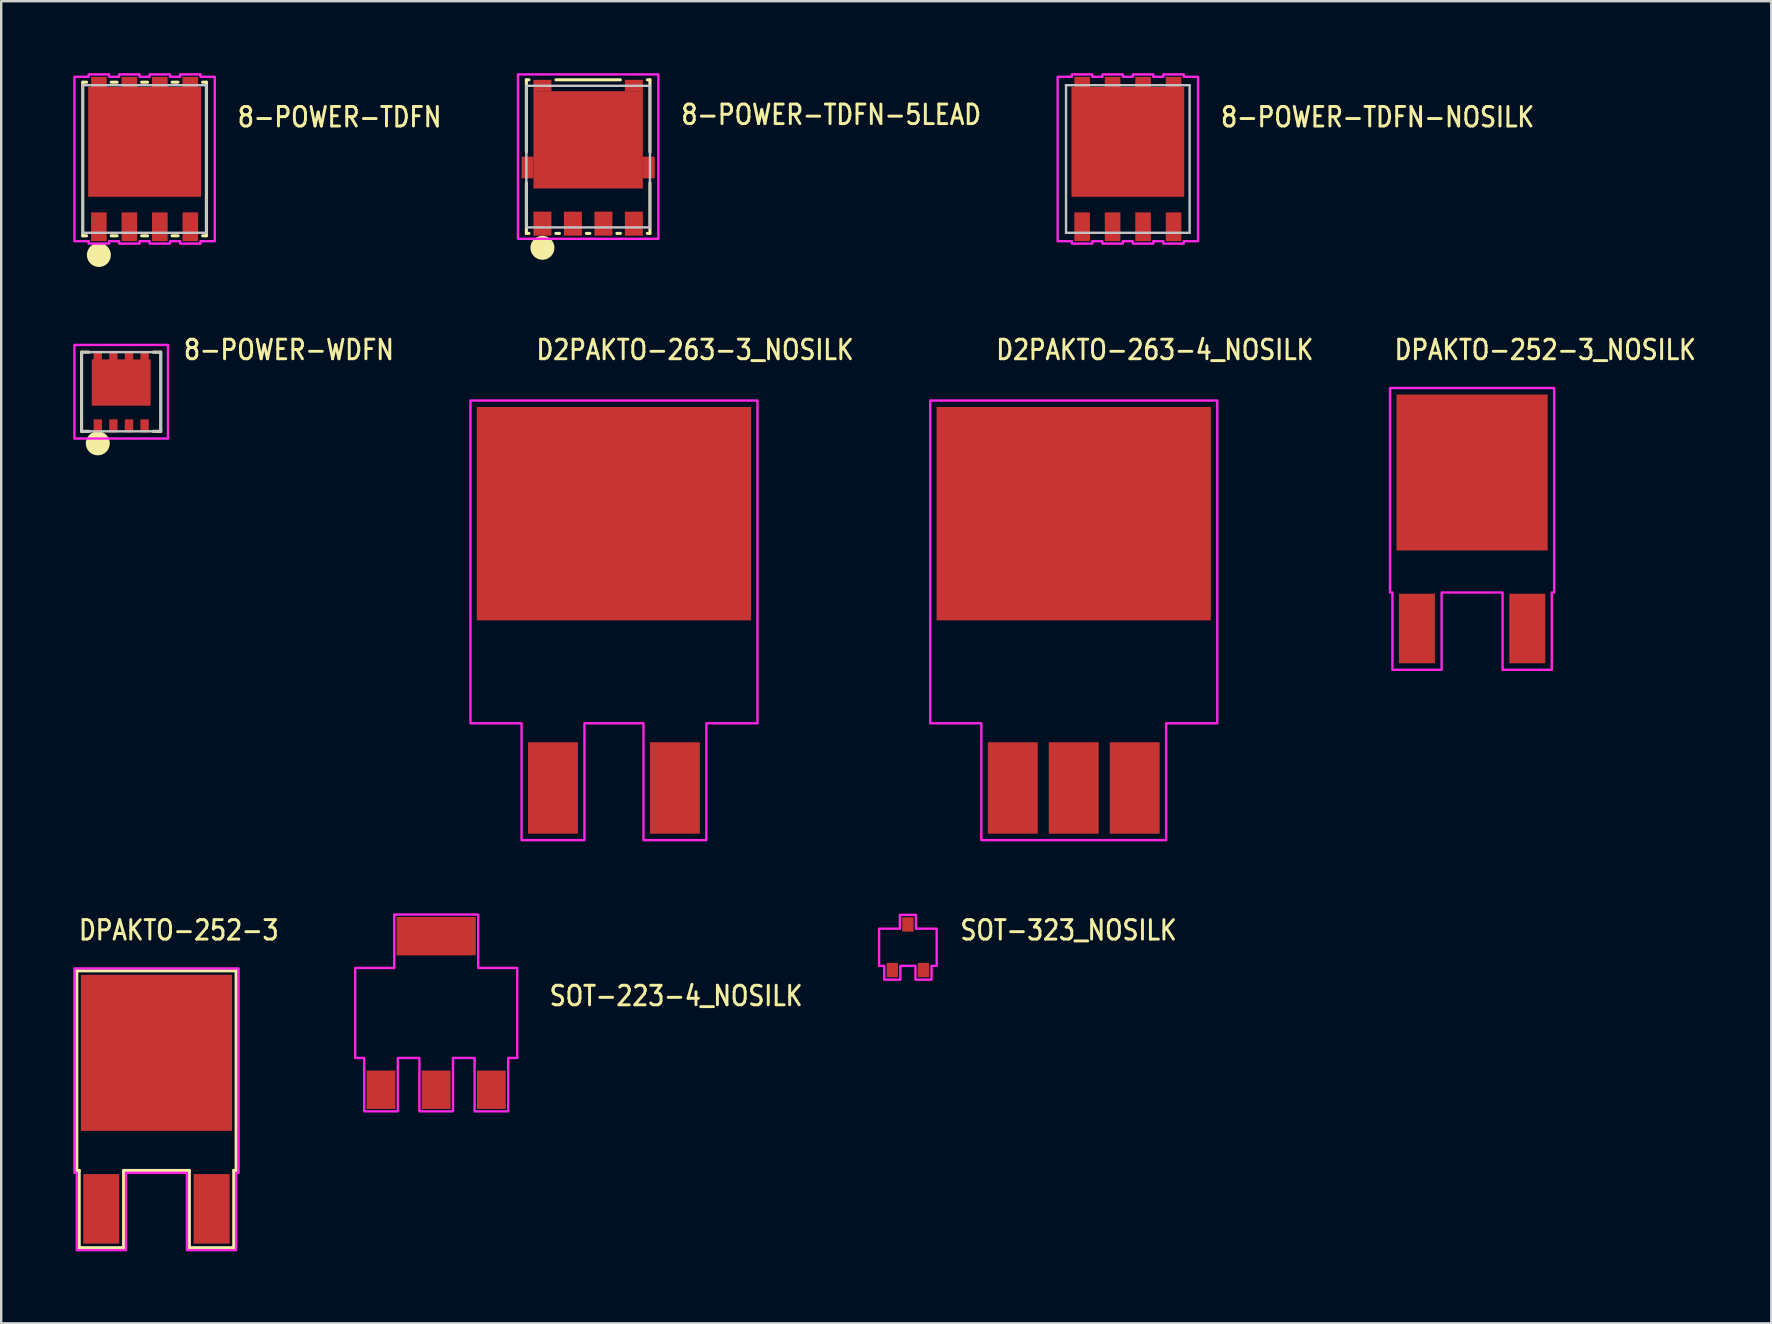
<source format=kicad_pcb>
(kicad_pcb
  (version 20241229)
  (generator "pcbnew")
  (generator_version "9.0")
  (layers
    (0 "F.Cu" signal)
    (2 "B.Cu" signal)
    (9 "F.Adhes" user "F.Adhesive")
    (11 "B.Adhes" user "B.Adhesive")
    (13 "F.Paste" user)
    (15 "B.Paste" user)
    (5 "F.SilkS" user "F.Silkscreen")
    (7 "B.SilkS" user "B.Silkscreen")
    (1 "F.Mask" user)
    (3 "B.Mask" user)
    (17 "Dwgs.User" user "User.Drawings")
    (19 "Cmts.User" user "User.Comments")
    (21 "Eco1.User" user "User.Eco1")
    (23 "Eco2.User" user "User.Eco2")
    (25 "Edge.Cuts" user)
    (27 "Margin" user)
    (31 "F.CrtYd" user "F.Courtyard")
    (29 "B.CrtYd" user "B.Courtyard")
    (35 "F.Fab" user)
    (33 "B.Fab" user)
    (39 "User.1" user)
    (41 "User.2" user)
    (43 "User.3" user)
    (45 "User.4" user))
  (footprint "SOT-323_NOSILK"
    (layer "F.Cu")
    (at 34.781 36.422)
    (property "Reference" "SOT-323_NOSILK" (at 2.115 -0.235 0) (unlocked yes) (layer "F.SilkS") (effects (font (size 0.813 0.695) (thickness 0.122)) (justify left bottom)))
    (fp_poly (pts (xy -0.335 -0.775) (xy -0.335 -1.35) (xy 0.335 -1.35) (xy 0.335 -0.775) (xy 1.2 -0.775) (xy 1.2 0.775) (xy 0.985 0.775) (xy 0.985 1.35) (xy 0.315 1.35) (xy 0.315 0.775) (xy -0.315 0.775) (xy -0.315 1.35) (xy -0.985 1.35) (xy -0.985 0.775) (xy -1.2 0.775) (xy -1.2 -0.775)) (stroke (width 0.1) (type solid)) (fill no) (layer "F.CrtYd"))
    (pad "P$1" smd rect (at -0.65 0.95) (size 0.47 0.6) (layers "F.Cu" "F.Mask" "F.Paste"))
    (pad "P$2" smd rect (at 0.65 0.95) (size 0.47 0.6) (layers "F.Cu" "F.Mask" "F.Paste"))
    (pad "P$3" smd rect (at 0 -0.95) (size 0.47 0.6) (layers "F.Cu" "F.Mask" "F.Paste")))
  (footprint "SOT-223-4_NOSILK"
    (layer "F.Cu")
    (at 15.126 39.159)
    (property "Reference" "SOT-223-4_NOSILK" (at 4.655 -0.235 0) (unlocked yes) (layer "F.SilkS") (effects (font (size 0.813 0.695) (thickness 0.122)) (justify left bottom)))
    (fp_poly (pts (xy -1.75 -1.875) (xy -1.75 -4.1) (xy 1.75 -4.1) (xy 1.75 -1.875) (xy 3.375 -1.875) (xy 3.375 1.875) (xy 3 1.875) (xy 3 4.1) (xy 1.6 4.1) (xy 1.6 1.875) (xy 0.7 1.875) (xy 0.7 4.1) (xy -0.7 4.1) (xy -0.7 1.875) (xy -1.6 1.875) (xy -1.6 4.1) (xy -3 4.1) (xy -3 1.875) (xy -3.375 1.875) (xy -3.375 -1.875)) (stroke (width 0.1) (type solid)) (fill no) (layer "F.CrtYd"))
    (pad "P$1" smd rect (at -2.3 3.2) (size 1.2 1.6) (layers "F.Cu" "F.Mask" "F.Paste"))
    (pad "P$2" smd rect (at 0 3.2) (size 1.2 1.6) (layers "F.Cu" "F.Mask" "F.Paste"))
    (pad "P$3" smd rect (at 2.3 3.2) (size 1.2 1.6) (layers "F.Cu" "F.Mask" "F.Paste"))
    (pad "P$4" smd rect (at 0 -3.2) (size 3.3 1.6) (layers "F.Cu" "F.Mask" "F.Paste")))
  (footprint "8-POWER-TDFN-NOSILK"
    (layer "F.Cu")
    (at 43.946 3.575)
    (property "Reference" "8-POWER-TDFN-NOSILK" (at 3.81 -1.27 0) (unlocked yes) (layer "F.SilkS") (effects (font (size 0.813 0.695) (thickness 0.122)) (justify left bottom)))
    (fp_rect (start -1.47 -0.4) (end -0.2 -1.67) (stroke (width 0.01) (type solid)) (fill yes) (layer "F.Paste"))
    (fp_rect (start -1.47 1.27) (end -0.2 0) (stroke (width 0.01) (type solid)) (fill yes) (layer "F.Paste"))
    (fp_rect (start 0.2 -0.4) (end 1.47 -1.67) (stroke (width 0.01) (type solid)) (fill yes) (layer "F.Paste"))
    (fp_rect (start 0.2 1.27) (end 1.47 0) (stroke (width 0.01) (type solid)) (fill yes) (layer "F.Paste"))
    (fp_line (start -2.575 -3.075) (end 2.575 -3.075) (stroke (width 0.1) (type solid)) (layer "Dwgs.User"))
    (fp_line (start -2.575 3.075) (end -2.575 -3.075) (stroke (width 0.1) (type solid)) (layer "Dwgs.User"))
    (fp_line (start 2.575 -3.075) (end 2.575 3.075) (stroke (width 0.1) (type solid)) (layer "Dwgs.User"))
    (fp_line (start 2.575 3.075) (end -2.575 3.075) (stroke (width 0.1) (type solid)) (layer "Dwgs.User"))
    (fp_poly (pts (xy -2.925 -3.425) (xy -2.33 -3.425) (xy -2.33 -3.525) (xy -1.48 -3.525) (xy -1.48 -3.425) (xy -1.06 -3.425) (xy -1.06 -3.525) (xy -0.21 -3.525) (xy -0.21 -3.425) (xy 0.21 -3.425) (xy 0.21 -3.525) (xy 1.06 -3.525) (xy 1.06 -3.425) (xy 1.48 -3.425) (xy 1.48 -3.525) (xy 2.33 -3.525) (xy 2.33 -3.425) (xy 2.925 -3.425) (xy 2.925 3.425) (xy 2.33 3.425) (xy 2.33 3.525) (xy 1.48 3.525) (xy 1.48 3.425) (xy 1.06 3.425) (xy 1.06 3.525) (xy 0.21 3.525) (xy 0.21 3.425) (xy -0.21 3.425) (xy -0.21 3.525) (xy -1.06 3.525) (xy -1.06 3.425) (xy -1.48 3.425) (xy -1.48 3.525) (xy -2.33 3.525) (xy -2.33 3.425) (xy -2.925 3.425)) (stroke (width 0.1) (type solid)) (fill no) (layer "F.CrtYd"))
    (pad "P$1" smd rect (at -1.905 2.825) (size 0.65 1.2) (layers "F.Cu" "F.Mask" "F.Paste"))
    (pad "P$2" smd rect (at -0.635 2.825) (size 0.65 1.2) (layers "F.Cu" "F.Mask" "F.Paste"))
    (pad "P$3" smd rect (at 0.635 2.825) (size 0.65 1.2) (layers "F.Cu" "F.Mask" "F.Paste"))
    (pad "P$4" smd rect (at 1.905 2.825) (size 0.65 1.2) (layers "F.Cu" "F.Mask" "F.Paste"))
    (pad "P$5" smd rect (at 1.905 -2.825) (size 0.65 1.2) (layers "F.Cu" "F.Mask" "F.Paste"))
    (pad "P$6" smd rect (at 0.635 -2.825) (size 0.65 1.2) (layers "F.Cu" "F.Mask" "F.Paste"))
    (pad "P$7" smd rect (at -0.635 -2.825) (size 0.65 1.2) (layers "F.Cu" "F.Mask" "F.Paste"))
    (pad "P$8" smd rect (at -1.905 -2.825) (size 0.65 1.2) (layers "F.Cu" "F.Mask" "F.Paste"))
    (pad "TAB" smd rect (at 0 -0.713) (size 4.7 4.575) (layers "F.Cu" "F.Mask")))
  (footprint "DPAKTO-252-3_NOSILK"
    (layer "F.Cu")
    (at 58.291 18.989)
    (property "Reference" "DPAKTO-252-3_NOSILK" (at -3.302 -6.985 0) (unlocked yes) (layer "F.SilkS") (effects (font (size 0.813 0.695) (thickness 0.122)) (justify left bottom)))
    (fp_poly (pts (xy -3.42 -5.87) (xy 3.42 -5.87) (xy 3.42 2.65) (xy 3.32 2.65) (xy 3.32 5.87) (xy 1.27 5.87) (xy 1.27 2.65) (xy -1.27 2.65) (xy -1.27 5.87) (xy -3.32 5.87) (xy -3.32 2.65) (xy -3.42 2.65)) (stroke (width 0.1) (type solid)) (fill no) (layer "F.CrtYd"))
    (pad "P$1" smd rect (at -2.3 4.15) (size 1.5 2.9) (layers "F.Cu" "F.Mask" "F.Paste"))
    (pad "P$3" smd rect (at 2.3 4.15) (size 1.5 2.9) (layers "F.Cu" "F.Mask" "F.Paste"))
    (pad "P$4" smd rect (at 0 -2.35) (size 6.3 6.5) (layers "F.Cu" "F.Mask" "F.Paste")))
  (footprint "8-POWER-TDFN"
    (layer "F.Cu")
    (at 2.975 3.575)
    (property "Reference" "8-POWER-TDFN" (at 3.81 -1.27 0) (unlocked yes) (layer "F.SilkS") (effects (font (size 0.813 0.695) (thickness 0.122)) (justify left bottom)))
    (fp_line (start -2.575 -3.2) (end -2.575 3.2) (stroke (width 0.127) (type solid)) (layer "F.SilkS"))
    (fp_line (start -2.575 3.2) (end -2.417 3.2) (stroke (width 0.127) (type solid)) (layer "F.SilkS"))
    (fp_line (start -2.417 -3.2) (end -2.575 -3.2) (stroke (width 0.127) (type solid)) (layer "F.SilkS"))
    (fp_line (start -1.393 -3.2) (end -1.147 -3.2) (stroke (width 0.127) (type solid)) (layer "F.SilkS"))
    (fp_line (start -1.393 3.2) (end -1.147 3.2) (stroke (width 0.127) (type solid)) (layer "F.SilkS"))
    (fp_line (start -0.123 -3.2) (end 0.123 -3.2) (stroke (width 0.127) (type solid)) (layer "F.SilkS"))
    (fp_line (start -0.123 3.2) (end 0.123 3.2) (stroke (width 0.127) (type solid)) (layer "F.SilkS"))
    (fp_line (start 1.147 -3.2) (end 1.393 -3.2) (stroke (width 0.127) (type solid)) (layer "F.SilkS"))
    (fp_line (start 1.147 3.2) (end 1.393 3.2) (stroke (width 0.127) (type solid)) (layer "F.SilkS"))
    (fp_line (start 2.417 -3.2) (end 2.575 -3.2) (stroke (width 0.127) (type solid)) (layer "F.SilkS"))
    (fp_line (start 2.575 -3.2) (end 2.575 3.2) (stroke (width 0.127) (type solid)) (layer "F.SilkS"))
    (fp_line (start 2.575 3.2) (end 2.417 3.2) (stroke (width 0.127) (type solid)) (layer "F.SilkS"))
    (fp_circle (center -1.905 4) (end -1.905 4) (stroke (width 0.5) (type solid)) (fill no) (layer "F.SilkS"))
    (fp_rect (start -1.47 -0.4) (end -0.2 -1.67) (stroke (width 0.01) (type solid)) (fill yes) (layer "F.Paste"))
    (fp_rect (start -1.47 1.27) (end -0.2 0) (stroke (width 0.01) (type solid)) (fill yes) (layer "F.Paste"))
    (fp_rect (start 0.2 -0.4) (end 1.47 -1.67) (stroke (width 0.01) (type solid)) (fill yes) (layer "F.Paste"))
    (fp_rect (start 0.2 1.27) (end 1.47 0) (stroke (width 0.01) (type solid)) (fill yes) (layer "F.Paste"))
    (fp_line (start -2.575 -3.075) (end 2.575 -3.075) (stroke (width 0.1) (type solid)) (layer "Dwgs.User"))
    (fp_line (start -2.575 3.075) (end -2.575 -3.075) (stroke (width 0.1) (type solid)) (layer "Dwgs.User"))
    (fp_line (start 2.575 -3.075) (end 2.575 3.075) (stroke (width 0.1) (type solid)) (layer "Dwgs.User"))
    (fp_line (start 2.575 3.075) (end -2.575 3.075) (stroke (width 0.1) (type solid)) (layer "Dwgs.User"))
    (fp_poly (pts (xy -2.925 -3.425) (xy -2.33 -3.425) (xy -2.33 -3.525) (xy -1.48 -3.525) (xy -1.48 -3.425) (xy -1.06 -3.425) (xy -1.06 -3.525) (xy -0.21 -3.525) (xy -0.21 -3.425) (xy 0.21 -3.425) (xy 0.21 -3.525) (xy 1.06 -3.525) (xy 1.06 -3.425) (xy 1.48 -3.425) (xy 1.48 -3.525) (xy 2.33 -3.525) (xy 2.33 -3.425) (xy 2.925 -3.425) (xy 2.925 3.425) (xy 2.33 3.425) (xy 2.33 3.525) (xy 1.48 3.525) (xy 1.48 3.425) (xy 1.06 3.425) (xy 1.06 3.525) (xy 0.21 3.525) (xy 0.21 3.425) (xy -0.21 3.425) (xy -0.21 3.525) (xy -1.06 3.525) (xy -1.06 3.425) (xy -1.48 3.425) (xy -1.48 3.525) (xy -2.33 3.525) (xy -2.33 3.425) (xy -2.925 3.425)) (stroke (width 0.1) (type solid)) (fill no) (layer "F.CrtYd"))
    (pad "P$1" smd rect (at -1.905 2.825) (size 0.65 1.2) (layers "F.Cu" "F.Mask" "F.Paste"))
    (pad "P$2" smd rect (at -0.635 2.825) (size 0.65 1.2) (layers "F.Cu" "F.Mask" "F.Paste"))
    (pad "P$3" smd rect (at 0.635 2.825) (size 0.65 1.2) (layers "F.Cu" "F.Mask" "F.Paste"))
    (pad "P$4" smd rect (at 1.905 2.825) (size 0.65 1.2) (layers "F.Cu" "F.Mask" "F.Paste"))
    (pad "P$5" smd rect (at 1.905 -2.825) (size 0.65 1.2) (layers "F.Cu" "F.Mask" "F.Paste"))
    (pad "P$6" smd rect (at 0.635 -2.825) (size 0.65 1.2) (layers "F.Cu" "F.Mask" "F.Paste"))
    (pad "P$7" smd rect (at -0.635 -2.825) (size 0.65 1.2) (layers "F.Cu" "F.Mask" "F.Paste"))
    (pad "P$8" smd rect (at -1.905 -2.825) (size 0.65 1.2) (layers "F.Cu" "F.Mask" "F.Paste"))
    (pad "TAB" smd rect (at 0 -0.713) (size 4.7 4.575) (layers "F.Cu" "F.Mask")))
  (footprint "D2PAKTO-263-4_NOSILK"
    (layer "F.Cu")
    (at 41.692 22.799)
    (property "Reference" "D2PAKTO-263-4_NOSILK" (at -3.302 -10.795 0) (unlocked yes) (layer "F.SilkS") (effects (font (size 0.813 0.695) (thickness 0.122)) (justify left bottom)))
    (fp_poly (pts (xy -5.98 -9.16) (xy 5.98 -9.16) (xy 5.98 4.29) (xy 3.85 4.29) (xy 3.85 9.16) (xy -3.85 9.16) (xy -3.85 4.29) (xy -5.98 4.29)) (stroke (width 0.1) (type solid)) (fill no) (layer "F.CrtYd"))
    (pad "P$1" smd rect (at -2.54 6.985) (size 2.08 3.81) (layers "F.Cu" "F.Mask" "F.Paste"))
    (pad "P$2" smd rect (at 0 6.985) (size 2.08 3.81) (layers "F.Cu" "F.Mask" "F.Paste"))
    (pad "P$3" smd rect (at 2.54 6.985) (size 2.08 3.81) (layers "F.Cu" "F.Mask" "F.Paste"))
    (pad "P$4" smd rect (at 0 -4.445) (size 11.43 8.89) (layers "F.Cu" "F.Mask" "F.Paste")))
  (footprint "8-POWER-TDFN-5LEAD"
    (layer "F.Cu")
    (at 21.458 3.475)
    (property "Reference" "8-POWER-TDFN-5LEAD" (at 3.81 -1.27 0) (unlocked yes) (layer "F.SilkS") (effects (font (size 0.813 0.695) (thickness 0.122)) (justify left bottom)))
    (fp_line (start -2.575 -3.2) (end -2.575 -0.186) (stroke (width 0.127) (type solid)) (layer "F.SilkS"))
    (fp_line (start -2.575 1.091) (end -2.575 3.2) (stroke (width 0.127) (type solid)) (layer "F.SilkS"))
    (fp_line (start -2.575 3.2) (end -2.466 3.2) (stroke (width 0.127) (type solid)) (layer "F.SilkS"))
    (fp_line (start -2.466 -3.2) (end -2.575 -3.2) (stroke (width 0.127) (type solid)) (layer "F.SilkS"))
    (fp_line (start -1.343 -3.2) (end 1.343 -3.2) (stroke (width 0.127) (type solid)) (layer "F.SilkS"))
    (fp_line (start -1.343 3.2) (end -1.196 3.2) (stroke (width 0.127) (type solid)) (layer "F.SilkS"))
    (fp_line (start -0.073 3.2) (end 0.073 3.2) (stroke (width 0.127) (type solid)) (layer "F.SilkS"))
    (fp_line (start 1.196 3.2) (end 1.343 3.2) (stroke (width 0.127) (type solid)) (layer "F.SilkS"))
    (fp_line (start 2.466 -3.2) (end 2.575 -3.2) (stroke (width 0.127) (type solid)) (layer "F.SilkS"))
    (fp_line (start 2.575 -3.2) (end 2.575 -0.186) (stroke (width 0.127) (type solid)) (layer "F.SilkS"))
    (fp_line (start 2.575 1.091) (end 2.575 3.2) (stroke (width 0.127) (type solid)) (layer "F.SilkS"))
    (fp_line (start 2.575 3.2) (end 2.466 3.2) (stroke (width 0.127) (type solid)) (layer "F.SilkS"))
    (fp_circle (center -1.905 3.8) (end -1.905 3.8) (stroke (width 0.5) (type solid)) (fill no) (layer "F.SilkS"))
    (fp_rect (start -1.47 -0.4) (end -0.2 -1.67) (stroke (width 0.01) (type solid)) (fill yes) (layer "F.Paste"))
    (fp_rect (start -1.47 1.27) (end -0.2 0) (stroke (width 0.01) (type solid)) (fill yes) (layer "F.Paste"))
    (fp_rect (start 0.2 -0.4) (end 1.47 -1.67) (stroke (width 0.01) (type solid)) (fill yes) (layer "F.Paste"))
    (fp_rect (start 0.2 1.27) (end 1.47 0) (stroke (width 0.01) (type solid)) (fill yes) (layer "F.Paste"))
    (fp_line (start -2.575 -2.95) (end 2.575 -2.95) (stroke (width 0.1) (type solid)) (layer "Dwgs.User"))
    (fp_line (start -2.575 2.95) (end -2.575 -2.95) (stroke (width 0.1) (type solid)) (layer "Dwgs.User"))
    (fp_line (start 2.575 -2.95) (end 2.575 2.95) (stroke (width 0.1) (type solid)) (layer "Dwgs.User"))
    (fp_line (start 2.575 2.95) (end -2.575 2.95) (stroke (width 0.1) (type solid)) (layer "Dwgs.User"))
    (fp_poly (pts (xy -2.925 -3.425) (xy 2.925 -3.425) (xy 2.925 3.425) (xy -2.925 3.425)) (stroke (width 0.1) (type solid)) (fill no) (layer "F.CrtYd"))
    (pad "P$1" smd rect (at -1.905 2.795) (size 0.75 1) (layers "F.Cu" "F.Mask" "F.Paste"))
    (pad "P$2" smd rect (at -0.635 2.795) (size 0.75 1) (layers "F.Cu" "F.Mask" "F.Paste"))
    (pad "P$3" smd rect (at 0.635 2.795) (size 0.75 1) (layers "F.Cu" "F.Mask" "F.Paste"))
    (pad "P$4" smd rect (at 1.905 2.795) (size 0.75 1) (layers "F.Cu" "F.Mask" "F.Paste"))
    (pad "P$5" smd rect (at 1.905 -2.962) (size 0.75 0.475) (layers "F.Cu" "F.Mask" "F.Paste"))
    (pad "P$8" smd rect (at -1.905 -2.962) (size 0.75 0.475) (layers "F.Cu" "F.Mask" "F.Paste"))
    (pad "TAB" smd rect (at 0 -0.698) (size 4.56 4.055) (layers "F.Cu" "F.Mask"))
    (pad "TAB$1" smd rect (at 2.527 0.453) (size 0.495 0.905) (layers "F.Cu" "F.Mask" "F.Paste"))
    (pad "TAB$2" smd rect (at -2.527 0.453) (size 0.495 0.905) (layers "F.Cu" "F.Mask" "F.Paste")))
  (footprint "8-POWER-WDFN"
    (layer "F.Cu")
    (at 2 13.274)
    (property "Reference" "8-POWER-WDFN" (at 2.54 -1.27 0) (unlocked yes) (layer "F.SilkS") (effects (font (size 0.813 0.695) (thickness 0.122)) (justify left bottom)))
    (fp_line (start -1.65 -1.65) (end -1.65 1.65) (stroke (width 0.127) (type solid)) (layer "F.SilkS"))
    (fp_line (start -1.65 1.65) (end -1.337 1.65) (stroke (width 0.127) (type solid)) (layer "F.SilkS"))
    (fp_line (start -1.337 -1.65) (end -1.65 -1.65) (stroke (width 0.127) (type solid)) (layer "F.SilkS"))
    (fp_line (start 1.337 -1.65) (end 1.65 -1.65) (stroke (width 0.127) (type solid)) (layer "F.SilkS"))
    (fp_line (start 1.65 -1.65) (end 1.65 1.65) (stroke (width 0.127) (type solid)) (layer "F.SilkS"))
    (fp_line (start 1.65 1.65) (end 1.337 1.65) (stroke (width 0.127) (type solid)) (layer "F.SilkS"))
    (fp_circle (center -0.975 2.15) (end -0.975 2.15) (stroke (width 0.5) (type solid)) (fill no) (layer "F.SilkS"))
    (fp_rect (start -0.75 0.25) (end 0.75 -0.75) (stroke (width 0.01) (type solid)) (fill yes) (layer "F.Paste"))
    (fp_line (start -1.65 -1.65) (end 1.65 -1.65) (stroke (width 0.1) (type solid)) (layer "Dwgs.User"))
    (fp_line (start -1.65 1.65) (end -1.65 -1.65) (stroke (width 0.1) (type solid)) (layer "Dwgs.User"))
    (fp_line (start 1.65 -1.65) (end 1.65 1.65) (stroke (width 0.1) (type solid)) (layer "Dwgs.User"))
    (fp_line (start 1.65 1.65) (end -1.65 1.65) (stroke (width 0.1) (type solid)) (layer "Dwgs.User"))
    (fp_poly (pts (xy -1.95 -1.95) (xy 1.95 -1.95) (xy 1.95 1.95) (xy -1.95 1.95)) (stroke (width 0.1) (type solid)) (fill no) (layer "F.CrtYd"))
    (pad "P$1" smd rect (at -0.975 1.425) (size 0.35 0.55) (layers "F.Cu" "F.Mask" "F.Paste"))
    (pad "P$2" smd rect (at -0.325 1.425) (size 0.35 0.55) (layers "F.Cu" "F.Mask" "F.Paste"))
    (pad "P$3" smd rect (at 0.325 1.425) (size 0.35 0.55) (layers "F.Cu" "F.Mask" "F.Paste"))
    (pad "P$4" smd rect (at 0.975 1.425) (size 0.35 0.55) (layers "F.Cu" "F.Mask" "F.Paste"))
    (pad "P$5" smd rect (at 0.975 -1.425) (size 0.35 0.55) (layers "F.Cu" "F.Mask" "F.Paste"))
    (pad "P$6" smd rect (at 0.325 -1.425) (size 0.35 0.55) (layers "F.Cu" "F.Mask" "F.Paste"))
    (pad "P$7" smd rect (at -0.325 -1.425) (size 0.35 0.55) (layers "F.Cu" "F.Mask" "F.Paste"))
    (pad "P$8" smd rect (at -0.975 -1.425) (size 0.35 0.55) (layers "F.Cu" "F.Mask" "F.Paste"))
    (pad "TAB" smd rect (at 0 -0.385) (size 2.45 1.93) (layers "F.Cu" "F.Mask")))
  (footprint "DPAKTO-252-3"
    (layer "F.Cu")
    (at 3.47 43.172)
    (property "Reference" "DPAKTO-252-3" (at -3.302 -6.985 0) (unlocked yes) (layer "F.SilkS") (effects (font (size 0.813 0.695) (thickness 0.122)) (justify left bottom)))
    (fp_line (start -3.32 -5.77) (end 3.32 -5.77) (stroke (width 0.127) (type solid)) (layer "F.SilkS"))
    (fp_line (start -3.32 2.55) (end -3.32 -5.77) (stroke (width 0.127) (type solid)) (layer "F.SilkS"))
    (fp_line (start -3.22 2.55) (end -3.32 2.55) (stroke (width 0.127) (type solid)) (layer "F.SilkS"))
    (fp_line (start -3.22 5.77) (end -3.22 2.55) (stroke (width 0.127) (type solid)) (layer "F.SilkS"))
    (fp_line (start -1.37 2.55) (end -1.37 5.77) (stroke (width 0.127) (type solid)) (layer "F.SilkS"))
    (fp_line (start -1.37 5.77) (end -3.22 5.77) (stroke (width 0.127) (type solid)) (layer "F.SilkS"))
    (fp_line (start 1.37 2.55) (end -1.37 2.55) (stroke (width 0.127) (type solid)) (layer "F.SilkS"))
    (fp_line (start 1.37 5.77) (end 1.37 2.55) (stroke (width 0.127) (type solid)) (layer "F.SilkS"))
    (fp_line (start 3.22 2.55) (end 3.22 5.77) (stroke (width 0.127) (type solid)) (layer "F.SilkS"))
    (fp_line (start 3.22 5.77) (end 1.37 5.77) (stroke (width 0.127) (type solid)) (layer "F.SilkS"))
    (fp_line (start 3.32 -5.77) (end 3.32 2.55) (stroke (width 0.127) (type solid)) (layer "F.SilkS"))
    (fp_line (start 3.32 2.55) (end 3.22 2.55) (stroke (width 0.127) (type solid)) (layer "F.SilkS"))
    (fp_poly (pts (xy -3.42 -5.87) (xy 3.42 -5.87) (xy 3.42 2.65) (xy 3.32 2.65) (xy 3.32 5.87) (xy 1.27 5.87) (xy 1.27 2.65) (xy -1.27 2.65) (xy -1.27 5.87) (xy -3.32 5.87) (xy -3.32 2.65) (xy -3.42 2.65)) (stroke (width 0.1) (type solid)) (fill no) (layer "F.CrtYd"))
    (pad "P$1" smd rect (at -2.3 4.15) (size 1.5 2.9) (layers "F.Cu" "F.Mask" "F.Paste"))
    (pad "P$3" smd rect (at 2.3 4.15) (size 1.5 2.9) (layers "F.Cu" "F.Mask" "F.Paste"))
    (pad "P$4" smd rect (at 0 -2.35) (size 6.3 6.5) (layers "F.Cu" "F.Mask" "F.Paste")))
  (footprint "D2PAKTO-263-3_NOSILK"
    (layer "F.Cu")
    (at 22.533 22.799)
    (property "Reference" "D2PAKTO-263-3_NOSILK" (at -3.302 -10.795 0) (unlocked yes) (layer "F.SilkS") (effects (font (size 0.813 0.695) (thickness 0.122)) (justify left bottom)))
    (fp_poly (pts (xy -5.98 -9.16) (xy 5.98 -9.16) (xy 5.98 4.29) (xy 3.85 4.29) (xy 3.85 9.16) (xy 1.23 9.16) (xy 1.23 4.29) (xy -1.23 4.29) (xy -1.23 9.16) (xy -3.85 9.16) (xy -3.85 4.29) (xy -5.98 4.29)) (stroke (width 0.1) (type solid)) (fill no) (layer "F.CrtYd"))
    (pad "P$1" smd rect (at -2.54 6.985) (size 2.08 3.81) (layers "F.Cu" "F.Mask" "F.Paste"))
    (pad "P$3" smd rect (at 2.54 6.985) (size 2.08 3.81) (layers "F.Cu" "F.Mask" "F.Paste"))
    (pad "P$4" smd rect (at 0 -4.445) (size 11.43 8.89) (layers "F.Cu" "F.Mask" "F.Paste")))
  (gr_rect
    (start -3 -3)
    (end 70.757 52.092)
    (stroke (width 0.1) (type default))
    (fill no)
    (layer "Edge.Cuts")))
</source>
